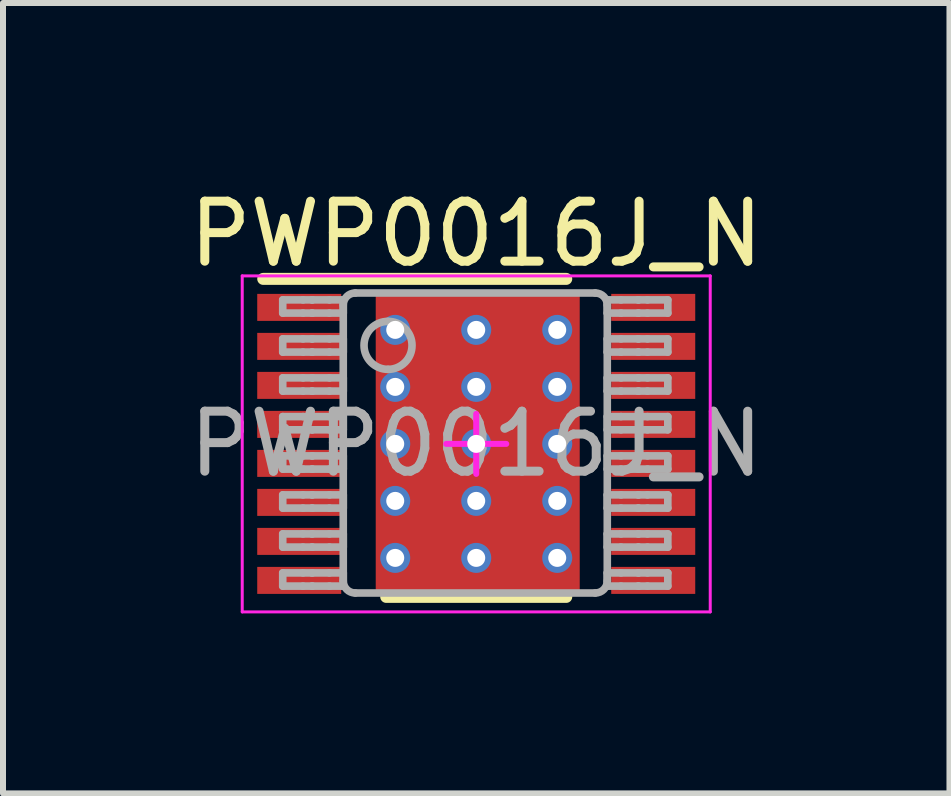
<source format=kicad_pcb>
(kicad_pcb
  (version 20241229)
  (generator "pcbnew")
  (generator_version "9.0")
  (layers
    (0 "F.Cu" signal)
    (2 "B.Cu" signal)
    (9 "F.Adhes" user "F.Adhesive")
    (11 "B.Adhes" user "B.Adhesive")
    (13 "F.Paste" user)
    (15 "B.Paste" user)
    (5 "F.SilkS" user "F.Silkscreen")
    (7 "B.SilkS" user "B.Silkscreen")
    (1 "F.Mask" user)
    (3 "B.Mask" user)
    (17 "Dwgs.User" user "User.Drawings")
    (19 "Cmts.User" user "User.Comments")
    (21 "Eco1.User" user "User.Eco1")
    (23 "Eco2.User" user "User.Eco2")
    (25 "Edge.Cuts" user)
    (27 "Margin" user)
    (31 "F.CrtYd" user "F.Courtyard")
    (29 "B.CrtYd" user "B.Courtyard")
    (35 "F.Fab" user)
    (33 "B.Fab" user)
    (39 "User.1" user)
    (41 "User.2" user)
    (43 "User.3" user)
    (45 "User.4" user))
  (footprint "PWP0016J_N"
    (layer "F.Cu")
    (at 4.887 4.348)
    (property "Reference" "PWP0016J_N" (at 0 -3.5 0) (unlocked yes) (layer "F.SilkS") (effects (font (size 1 1) (thickness 0.15))))
    (attr smd)
    (fp_poly (pts (xy -1.23 1.726) (xy -1.23 -1.726) (xy -1.229 -1.735) (xy -1.226 -1.745) (xy -1.222 -1.753) (xy -1.216 -1.761) (xy -1.208 -1.767) (xy -1.2 -1.771) (xy -1.19 -1.774) (xy -1.181 -1.775) (xy 1.181 -1.775) (xy 1.19 -1.774) (xy 1.2 -1.771) (xy 1.208 -1.767) (xy 1.216 -1.761) (xy 1.222 -1.753) (xy 1.226 -1.745) (xy 1.229 -1.735) (xy 1.23 -1.726) (xy 1.23 1.726) (xy 1.229 1.735) (xy 1.226 1.745) (xy 1.222 1.753) (xy 1.216 1.761) (xy 1.208 1.767) (xy 1.2 1.771) (xy 1.19 1.774) (xy 1.181 1.775) (xy -1.181 1.775) (xy -1.19 1.774) (xy -1.2 1.771) (xy -1.208 1.767) (xy -1.216 1.761) (xy -1.222 1.753) (xy -1.226 1.745) (xy -1.229 1.735)) (stroke (width 0) (type solid)) (fill yes) (layer "F.Mask"))
    (fp_line (start -3.55 -2.75) (end 1.5 -2.75) (stroke (width 0.2) (type solid)) (layer "F.SilkS"))
    (fp_line (start -1.5 2.55) (end 1.5 2.55) (stroke (width 0.2) (type solid)) (layer "F.SilkS"))
    (fp_poly (pts (xy -1.23 1.726) (xy -1.23 -1.726) (xy -1.229 -1.735) (xy -1.226 -1.745) (xy -1.222 -1.753) (xy -1.216 -1.761) (xy -1.208 -1.767) (xy -1.2 -1.771) (xy -1.19 -1.774) (xy -1.181 -1.775) (xy 1.181 -1.775) (xy 1.19 -1.774) (xy 1.2 -1.771) (xy 1.208 -1.767) (xy 1.216 -1.761) (xy 1.222 -1.753) (xy 1.226 -1.745) (xy 1.229 -1.735) (xy 1.23 -1.726) (xy 1.23 1.726) (xy 1.229 1.735) (xy 1.226 1.745) (xy 1.222 1.753) (xy 1.216 1.761) (xy 1.208 1.767) (xy 1.2 1.771) (xy 1.19 1.774) (xy 1.181 1.775) (xy -1.181 1.775) (xy -1.19 1.774) (xy -1.2 1.771) (xy -1.208 1.767) (xy -1.216 1.761) (xy -1.222 1.753) (xy -1.226 1.745) (xy -1.229 1.735)) (stroke (width 0) (type solid)) (fill yes) (layer "F.Paste"))
    (fp_line (start -3.9 -2.8) (end 3.9 -2.8) (stroke (width 0.05) (type solid)) (layer "F.CrtYd"))
    (fp_line (start -3.9 2.8) (end -3.9 -2.8) (stroke (width 0.05) (type solid)) (layer "F.CrtYd"))
    (fp_line (start -3.9 2.8) (end 3.9 2.8) (stroke (width 0.05) (type solid)) (layer "F.CrtYd"))
    (fp_line (start -0.5 0) (end 0.5 0) (stroke (width 0.1) (type solid)) (layer "F.CrtYd"))
    (fp_line (start -0.000003 0.5) (end -0.000003 -0.5) (stroke (width 0.1) (type solid)) (layer "F.CrtYd"))
    (fp_line (start 3.9 2.8) (end 3.9 -2.8) (stroke (width 0.05) (type solid)) (layer "F.CrtYd"))
    (fp_line (start -3.225 -2.4) (end -2.887 -2.4) (stroke (width 0.127) (type solid)) (layer "F.Fab"))
    (fp_line (start -3.225 -2.18) (end -3.225 -2.4) (stroke (width 0.127) (type solid)) (layer "F.Fab"))
    (fp_line (start -3.225 -2.18) (end -2.887 -2.18) (stroke (width 0.127) (type solid)) (layer "F.Fab"))
    (fp_line (start -3.225 -1.75) (end -2.887 -1.75) (stroke (width 0.127) (type solid)) (layer "F.Fab"))
    (fp_line (start -3.225 -1.53) (end -3.225 -1.75) (stroke (width 0.127) (type solid)) (layer "F.Fab"))
    (fp_line (start -3.225 -1.53) (end -2.887 -1.53) (stroke (width 0.127) (type solid)) (layer "F.Fab"))
    (fp_line (start -3.225 -1.1) (end -2.887 -1.1) (stroke (width 0.127) (type solid)) (layer "F.Fab"))
    (fp_line (start -3.225 -0.88) (end -3.225 -1.1) (stroke (width 0.127) (type solid)) (layer "F.Fab"))
    (fp_line (start -3.225 -0.88) (end -2.887 -0.88) (stroke (width 0.127) (type solid)) (layer "F.Fab"))
    (fp_line (start -3.225 -0.455) (end -2.887 -0.455) (stroke (width 0.127) (type solid)) (layer "F.Fab"))
    (fp_line (start -3.225 -0.235) (end -3.225 -0.455) (stroke (width 0.127) (type solid)) (layer "F.Fab"))
    (fp_line (start -3.225 -0.235) (end -2.887 -0.235) (stroke (width 0.127) (type solid)) (layer "F.Fab"))
    (fp_line (start -3.225 0.2) (end -2.887 0.2) (stroke (width 0.127) (type solid)) (layer "F.Fab"))
    (fp_line (start -3.225 0.42) (end -3.225 0.2) (stroke (width 0.127) (type solid)) (layer "F.Fab"))
    (fp_line (start -3.225 0.42) (end -2.887 0.42) (stroke (width 0.127) (type solid)) (layer "F.Fab"))
    (fp_line (start -3.225 0.85) (end -2.887 0.85) (stroke (width 0.127) (type solid)) (layer "F.Fab"))
    (fp_line (start -3.225 1.07) (end -3.225 0.85) (stroke (width 0.127) (type solid)) (layer "F.Fab"))
    (fp_line (start -3.225 1.07) (end -2.887 1.07) (stroke (width 0.127) (type solid)) (layer "F.Fab"))
    (fp_line (start -3.225 1.5) (end -2.887 1.5) (stroke (width 0.127) (type solid)) (layer "F.Fab"))
    (fp_line (start -3.225 1.72) (end -3.225 1.5) (stroke (width 0.127) (type solid)) (layer "F.Fab"))
    (fp_line (start -3.225 1.72) (end -2.887 1.72) (stroke (width 0.127) (type solid)) (layer "F.Fab"))
    (fp_line (start -3.225 2.15) (end -2.887 2.15) (stroke (width 0.127) (type solid)) (layer "F.Fab"))
    (fp_line (start -3.225 2.37) (end -3.225 2.15) (stroke (width 0.127) (type solid)) (layer "F.Fab"))
    (fp_line (start -3.225 2.37) (end -2.887 2.37) (stroke (width 0.127) (type solid)) (layer "F.Fab"))
    (fp_line (start -2.887 -2.4) (end -2.739 -2.4) (stroke (width 0.127) (type solid)) (layer "F.Fab"))
    (fp_line (start -2.887 -2.18) (end -2.739 -2.18) (stroke (width 0.127) (type solid)) (layer "F.Fab"))
    (fp_line (start -2.887 -1.75) (end -2.739 -1.75) (stroke (width 0.127) (type solid)) (layer "F.Fab"))
    (fp_line (start -2.887 -1.53) (end -2.739 -1.53) (stroke (width 0.127) (type solid)) (layer "F.Fab"))
    (fp_line (start -2.887 -1.1) (end -2.739 -1.1) (stroke (width 0.127) (type solid)) (layer "F.Fab"))
    (fp_line (start -2.887 -0.88) (end -2.739 -0.88) (stroke (width 0.127) (type solid)) (layer "F.Fab"))
    (fp_line (start -2.887 -0.455) (end -2.739 -0.455) (stroke (width 0.127) (type solid)) (layer "F.Fab"))
    (fp_line (start -2.887 -0.235) (end -2.739 -0.235) (stroke (width 0.127) (type solid)) (layer "F.Fab"))
    (fp_line (start -2.887 0.2) (end -2.739 0.2) (stroke (width 0.127) (type solid)) (layer "F.Fab"))
    (fp_line (start -2.887 0.42) (end -2.739 0.42) (stroke (width 0.127) (type solid)) (layer "F.Fab"))
    (fp_line (start -2.887 0.85) (end -2.739 0.85) (stroke (width 0.127) (type solid)) (layer "F.Fab"))
    (fp_line (start -2.887 1.07) (end -2.739 1.07) (stroke (width 0.127) (type solid)) (layer "F.Fab"))
    (fp_line (start -2.887 1.5) (end -2.739 1.5) (stroke (width 0.127) (type solid)) (layer "F.Fab"))
    (fp_line (start -2.887 1.72) (end -2.739 1.72) (stroke (width 0.127) (type solid)) (layer "F.Fab"))
    (fp_line (start -2.887 2.15) (end -2.739 2.15) (stroke (width 0.127) (type solid)) (layer "F.Fab"))
    (fp_line (start -2.887 2.37) (end -2.739 2.37) (stroke (width 0.127) (type solid)) (layer "F.Fab"))
    (fp_line (start -2.739 -2.4) (end -2.73 -2.4) (stroke (width 0.127) (type solid)) (layer "F.Fab"))
    (fp_line (start -2.739 -2.18) (end -2.73 -2.18) (stroke (width 0.127) (type solid)) (layer "F.Fab"))
    (fp_line (start -2.739 -1.75) (end -2.73 -1.75) (stroke (width 0.127) (type solid)) (layer "F.Fab"))
    (fp_line (start -2.739 -1.53) (end -2.73 -1.53) (stroke (width 0.127) (type solid)) (layer "F.Fab"))
    (fp_line (start -2.739 -1.1) (end -2.73 -1.1) (stroke (width 0.127) (type solid)) (layer "F.Fab"))
    (fp_line (start -2.739 -0.88) (end -2.73 -0.88) (stroke (width 0.127) (type solid)) (layer "F.Fab"))
    (fp_line (start -2.739 -0.455) (end -2.73 -0.455) (stroke (width 0.127) (type solid)) (layer "F.Fab"))
    (fp_line (start -2.739 -0.235) (end -2.73 -0.235) (stroke (width 0.127) (type solid)) (layer "F.Fab"))
    (fp_line (start -2.739 0.2) (end -2.73 0.2) (stroke (width 0.127) (type solid)) (layer "F.Fab"))
    (fp_line (start -2.739 0.42) (end -2.73 0.42) (stroke (width 0.127) (type solid)) (layer "F.Fab"))
    (fp_line (start -2.739 0.85) (end -2.73 0.85) (stroke (width 0.127) (type solid)) (layer "F.Fab"))
    (fp_line (start -2.739 1.07) (end -2.73 1.07) (stroke (width 0.127) (type solid)) (layer "F.Fab"))
    (fp_line (start -2.739 1.5) (end -2.73 1.5) (stroke (width 0.127) (type solid)) (layer "F.Fab"))
    (fp_line (start -2.739 1.72) (end -2.73 1.72) (stroke (width 0.127) (type solid)) (layer "F.Fab"))
    (fp_line (start -2.739 2.15) (end -2.73 2.15) (stroke (width 0.127) (type solid)) (layer "F.Fab"))
    (fp_line (start -2.739 2.37) (end -2.73 2.37) (stroke (width 0.127) (type solid)) (layer "F.Fab"))
    (fp_line (start -2.73 -2.4) (end -2.446 -2.4) (stroke (width 0.127) (type solid)) (layer "F.Fab"))
    (fp_line (start -2.73 -2.18) (end -2.446 -2.18) (stroke (width 0.127) (type solid)) (layer "F.Fab"))
    (fp_line (start -2.73 -1.75) (end -2.446 -1.75) (stroke (width 0.127) (type solid)) (layer "F.Fab"))
    (fp_line (start -2.73 -1.53) (end -2.446 -1.53) (stroke (width 0.127) (type solid)) (layer "F.Fab"))
    (fp_line (start -2.73 -1.1) (end -2.446 -1.1) (stroke (width 0.127) (type solid)) (layer "F.Fab"))
    (fp_line (start -2.73 -0.88) (end -2.446 -0.88) (stroke (width 0.127) (type solid)) (layer "F.Fab"))
    (fp_line (start -2.73 -0.455) (end -2.446 -0.455) (stroke (width 0.127) (type solid)) (layer "F.Fab"))
    (fp_line (start -2.73 -0.235) (end -2.446 -0.235) (stroke (width 0.127) (type solid)) (layer "F.Fab"))
    (fp_line (start -2.73 0.2) (end -2.446 0.2) (stroke (width 0.127) (type solid)) (layer "F.Fab"))
    (fp_line (start -2.73 0.42) (end -2.446 0.42) (stroke (width 0.127) (type solid)) (layer "F.Fab"))
    (fp_line (start -2.73 0.85) (end -2.446 0.85) (stroke (width 0.127) (type solid)) (layer "F.Fab"))
    (fp_line (start -2.73 1.07) (end -2.446 1.07) (stroke (width 0.127) (type solid)) (layer "F.Fab"))
    (fp_line (start -2.73 1.5) (end -2.446 1.5) (stroke (width 0.127) (type solid)) (layer "F.Fab"))
    (fp_line (start -2.73 1.72) (end -2.446 1.72) (stroke (width 0.127) (type solid)) (layer "F.Fab"))
    (fp_line (start -2.73 2.15) (end -2.446 2.15) (stroke (width 0.127) (type solid)) (layer "F.Fab"))
    (fp_line (start -2.73 2.37) (end -2.446 2.37) (stroke (width 0.127) (type solid)) (layer "F.Fab"))
    (fp_line (start -2.446 -2.4) (end -2.216 -2.4) (stroke (width 0.127) (type solid)) (layer "F.Fab"))
    (fp_line (start -2.446 -2.18) (end -2.216 -2.18) (stroke (width 0.127) (type solid)) (layer "F.Fab"))
    (fp_line (start -2.446 -1.75) (end -2.216 -1.75) (stroke (width 0.127) (type solid)) (layer "F.Fab"))
    (fp_line (start -2.446 -1.53) (end -2.216 -1.53) (stroke (width 0.127) (type solid)) (layer "F.Fab"))
    (fp_line (start -2.446 -1.1) (end -2.216 -1.1) (stroke (width 0.127) (type solid)) (layer "F.Fab"))
    (fp_line (start -2.446 -0.88) (end -2.216 -0.88) (stroke (width 0.127) (type solid)) (layer "F.Fab"))
    (fp_line (start -2.446 -0.455) (end -2.216 -0.455) (stroke (width 0.127) (type solid)) (layer "F.Fab"))
    (fp_line (start -2.446 -0.235) (end -2.216 -0.235) (stroke (width 0.127) (type solid)) (layer "F.Fab"))
    (fp_line (start -2.446 0.2) (end -2.216 0.2) (stroke (width 0.127) (type solid)) (layer "F.Fab"))
    (fp_line (start -2.446 0.42) (end -2.216 0.42) (stroke (width 0.127) (type solid)) (layer "F.Fab"))
    (fp_line (start -2.446 0.85) (end -2.216 0.85) (stroke (width 0.127) (type solid)) (layer "F.Fab"))
    (fp_line (start -2.446 1.07) (end -2.216 1.07) (stroke (width 0.127) (type solid)) (layer "F.Fab"))
    (fp_line (start -2.446 1.5) (end -2.216 1.5) (stroke (width 0.127) (type solid)) (layer "F.Fab"))
    (fp_line (start -2.446 1.72) (end -2.216 1.72) (stroke (width 0.127) (type solid)) (layer "F.Fab"))
    (fp_line (start -2.446 2.15) (end -2.216 2.15) (stroke (width 0.127) (type solid)) (layer "F.Fab"))
    (fp_line (start -2.446 2.37) (end -2.216 2.37) (stroke (width 0.127) (type solid)) (layer "F.Fab"))
    (fp_line (start -2.216 -2.18) (end -2.216 -2.4) (stroke (width 0.127) (type solid)) (layer "F.Fab"))
    (fp_line (start -2.216 -1.53) (end -2.216 -1.75) (stroke (width 0.127) (type solid)) (layer "F.Fab"))
    (fp_line (start -2.216 -0.88) (end -2.216 -1.1) (stroke (width 0.127) (type solid)) (layer "F.Fab"))
    (fp_line (start -2.216 -0.235) (end -2.216 -0.455) (stroke (width 0.127) (type solid)) (layer "F.Fab"))
    (fp_line (start -2.216 0.42) (end -2.216 0.2) (stroke (width 0.127) (type solid)) (layer "F.Fab"))
    (fp_line (start -2.216 1.07) (end -2.216 0.85) (stroke (width 0.127) (type solid)) (layer "F.Fab"))
    (fp_line (start -2.216 1.72) (end -2.216 1.5) (stroke (width 0.127) (type solid)) (layer "F.Fab"))
    (fp_line (start -2.216 2.285) (end -2.216 -2.315) (stroke (width 0.127) (type solid)) (layer "F.Fab"))
    (fp_line (start -2.216 2.37) (end -2.216 2.15) (stroke (width 0.127) (type solid)) (layer "F.Fab"))
    (fp_line (start -2.016 -2.515) (end 1.984 -2.515) (stroke (width 0.127) (type solid)) (layer "F.Fab"))
    (fp_line (start -2.016 2.485) (end 1.984 2.485) (stroke (width 0.127) (type solid)) (layer "F.Fab"))
    (fp_line (start 2.184 -2.4) (end 2.413 -2.4) (stroke (width 0.127) (type solid)) (layer "F.Fab"))
    (fp_line (start 2.184 -2.18) (end 2.184 -2.4) (stroke (width 0.127) (type solid)) (layer "F.Fab"))
    (fp_line (start 2.184 -2.18) (end 2.413 -2.18) (stroke (width 0.127) (type solid)) (layer "F.Fab"))
    (fp_line (start 2.184 -1.75) (end 2.413 -1.75) (stroke (width 0.127) (type solid)) (layer "F.Fab"))
    (fp_line (start 2.184 -1.53) (end 2.184 -1.75) (stroke (width 0.127) (type solid)) (layer "F.Fab"))
    (fp_line (start 2.184 -1.53) (end 2.413 -1.53) (stroke (width 0.127) (type solid)) (layer "F.Fab"))
    (fp_line (start 2.184 -1.1) (end 2.413 -1.1) (stroke (width 0.127) (type solid)) (layer "F.Fab"))
    (fp_line (start 2.184 -0.88) (end 2.184 -1.1) (stroke (width 0.127) (type solid)) (layer "F.Fab"))
    (fp_line (start 2.184 -0.88) (end 2.413 -0.88) (stroke (width 0.127) (type solid)) (layer "F.Fab"))
    (fp_line (start 2.184 -0.455) (end 2.413 -0.455) (stroke (width 0.127) (type solid)) (layer "F.Fab"))
    (fp_line (start 2.184 -0.235) (end 2.184 -0.455) (stroke (width 0.127) (type solid)) (layer "F.Fab"))
    (fp_line (start 2.184 -0.235) (end 2.413 -0.235) (stroke (width 0.127) (type solid)) (layer "F.Fab"))
    (fp_line (start 2.184 0.2) (end 2.413 0.2) (stroke (width 0.127) (type solid)) (layer "F.Fab"))
    (fp_line (start 2.184 0.42) (end 2.184 0.2) (stroke (width 0.127) (type solid)) (layer "F.Fab"))
    (fp_line (start 2.184 0.42) (end 2.413 0.42) (stroke (width 0.127) (type solid)) (layer "F.Fab"))
    (fp_line (start 2.184 0.85) (end 2.413 0.85) (stroke (width 0.127) (type solid)) (layer "F.Fab"))
    (fp_line (start 2.184 1.07) (end 2.184 0.85) (stroke (width 0.127) (type solid)) (layer "F.Fab"))
    (fp_line (start 2.184 1.07) (end 2.413 1.07) (stroke (width 0.127) (type solid)) (layer "F.Fab"))
    (fp_line (start 2.184 1.5) (end 2.413 1.5) (stroke (width 0.127) (type solid)) (layer "F.Fab"))
    (fp_line (start 2.184 1.72) (end 2.184 1.5) (stroke (width 0.127) (type solid)) (layer "F.Fab"))
    (fp_line (start 2.184 1.72) (end 2.413 1.72) (stroke (width 0.127) (type solid)) (layer "F.Fab"))
    (fp_line (start 2.184 2.15) (end 2.413 2.15) (stroke (width 0.127) (type solid)) (layer "F.Fab"))
    (fp_line (start 2.184 2.285) (end 2.184 -2.315) (stroke (width 0.127) (type solid)) (layer "F.Fab"))
    (fp_line (start 2.184 2.37) (end 2.184 2.15) (stroke (width 0.127) (type solid)) (layer "F.Fab"))
    (fp_line (start 2.184 2.37) (end 2.413 2.37) (stroke (width 0.127) (type solid)) (layer "F.Fab"))
    (fp_line (start 2.413 -2.4) (end 2.698 -2.4) (stroke (width 0.127) (type solid)) (layer "F.Fab"))
    (fp_line (start 2.413 -2.18) (end 2.698 -2.18) (stroke (width 0.127) (type solid)) (layer "F.Fab"))
    (fp_line (start 2.413 -1.75) (end 2.698 -1.75) (stroke (width 0.127) (type solid)) (layer "F.Fab"))
    (fp_line (start 2.413 -1.53) (end 2.698 -1.53) (stroke (width 0.127) (type solid)) (layer "F.Fab"))
    (fp_line (start 2.413 -1.1) (end 2.698 -1.1) (stroke (width 0.127) (type solid)) (layer "F.Fab"))
    (fp_line (start 2.413 -0.88) (end 2.698 -0.88) (stroke (width 0.127) (type solid)) (layer "F.Fab"))
    (fp_line (start 2.413 -0.455) (end 2.698 -0.455) (stroke (width 0.127) (type solid)) (layer "F.Fab"))
    (fp_line (start 2.413 -0.235) (end 2.698 -0.235) (stroke (width 0.127) (type solid)) (layer "F.Fab"))
    (fp_line (start 2.413 0.2) (end 2.698 0.2) (stroke (width 0.127) (type solid)) (layer "F.Fab"))
    (fp_line (start 2.413 0.42) (end 2.698 0.42) (stroke (width 0.127) (type solid)) (layer "F.Fab"))
    (fp_line (start 2.413 0.85) (end 2.698 0.85) (stroke (width 0.127) (type solid)) (layer "F.Fab"))
    (fp_line (start 2.413 1.07) (end 2.698 1.07) (stroke (width 0.127) (type solid)) (layer "F.Fab"))
    (fp_line (start 2.413 1.5) (end 2.698 1.5) (stroke (width 0.127) (type solid)) (layer "F.Fab"))
    (fp_line (start 2.413 1.72) (end 2.698 1.72) (stroke (width 0.127) (type solid)) (layer "F.Fab"))
    (fp_line (start 2.413 2.15) (end 2.698 2.15) (stroke (width 0.127) (type solid)) (layer "F.Fab"))
    (fp_line (start 2.413 2.37) (end 2.698 2.37) (stroke (width 0.127) (type solid)) (layer "F.Fab"))
    (fp_line (start 2.698 -2.4) (end 2.707 -2.4) (stroke (width 0.127) (type solid)) (layer "F.Fab"))
    (fp_line (start 2.698 -2.18) (end 2.707 -2.18) (stroke (width 0.127) (type solid)) (layer "F.Fab"))
    (fp_line (start 2.698 -1.75) (end 2.707 -1.75) (stroke (width 0.127) (type solid)) (layer "F.Fab"))
    (fp_line (start 2.698 -1.53) (end 2.707 -1.53) (stroke (width 0.127) (type solid)) (layer "F.Fab"))
    (fp_line (start 2.698 -1.1) (end 2.707 -1.1) (stroke (width 0.127) (type solid)) (layer "F.Fab"))
    (fp_line (start 2.698 -0.88) (end 2.707 -0.88) (stroke (width 0.127) (type solid)) (layer "F.Fab"))
    (fp_line (start 2.698 -0.455) (end 2.707 -0.455) (stroke (width 0.127) (type solid)) (layer "F.Fab"))
    (fp_line (start 2.698 -0.235) (end 2.707 -0.235) (stroke (width 0.127) (type solid)) (layer "F.Fab"))
    (fp_line (start 2.698 0.2) (end 2.707 0.2) (stroke (width 0.127) (type solid)) (layer "F.Fab"))
    (fp_line (start 2.698 0.42) (end 2.707 0.42) (stroke (width 0.127) (type solid)) (layer "F.Fab"))
    (fp_line (start 2.698 0.85) (end 2.707 0.85) (stroke (width 0.127) (type solid)) (layer "F.Fab"))
    (fp_line (start 2.698 1.07) (end 2.707 1.07) (stroke (width 0.127) (type solid)) (layer "F.Fab"))
    (fp_line (start 2.698 1.5) (end 2.707 1.5) (stroke (width 0.127) (type solid)) (layer "F.Fab"))
    (fp_line (start 2.698 1.72) (end 2.707 1.72) (stroke (width 0.127) (type solid)) (layer "F.Fab"))
    (fp_line (start 2.698 2.15) (end 2.707 2.15) (stroke (width 0.127) (type solid)) (layer "F.Fab"))
    (fp_line (start 2.698 2.37) (end 2.707 2.37) (stroke (width 0.127) (type solid)) (layer "F.Fab"))
    (fp_line (start 2.707 -2.4) (end 2.854 -2.4) (stroke (width 0.127) (type solid)) (layer "F.Fab"))
    (fp_line (start 2.707 -2.18) (end 2.854 -2.18) (stroke (width 0.127) (type solid)) (layer "F.Fab"))
    (fp_line (start 2.707 -1.75) (end 2.854 -1.75) (stroke (width 0.127) (type solid)) (layer "F.Fab"))
    (fp_line (start 2.707 -1.53) (end 2.854 -1.53) (stroke (width 0.127) (type solid)) (layer "F.Fab"))
    (fp_line (start 2.707 -1.1) (end 2.854 -1.1) (stroke (width 0.127) (type solid)) (layer "F.Fab"))
    (fp_line (start 2.707 -0.88) (end 2.854 -0.88) (stroke (width 0.127) (type solid)) (layer "F.Fab"))
    (fp_line (start 2.707 -0.455) (end 2.854 -0.455) (stroke (width 0.127) (type solid)) (layer "F.Fab"))
    (fp_line (start 2.707 -0.235) (end 2.854 -0.235) (stroke (width 0.127) (type solid)) (layer "F.Fab"))
    (fp_line (start 2.707 0.2) (end 2.854 0.2) (stroke (width 0.127) (type solid)) (layer "F.Fab"))
    (fp_line (start 2.707 0.42) (end 2.854 0.42) (stroke (width 0.127) (type solid)) (layer "F.Fab"))
    (fp_line (start 2.707 0.85) (end 2.854 0.85) (stroke (width 0.127) (type solid)) (layer "F.Fab"))
    (fp_line (start 2.707 1.07) (end 2.854 1.07) (stroke (width 0.127) (type solid)) (layer "F.Fab"))
    (fp_line (start 2.707 1.5) (end 2.854 1.5) (stroke (width 0.127) (type solid)) (layer "F.Fab"))
    (fp_line (start 2.707 1.72) (end 2.854 1.72) (stroke (width 0.127) (type solid)) (layer "F.Fab"))
    (fp_line (start 2.707 2.15) (end 2.854 2.15) (stroke (width 0.127) (type solid)) (layer "F.Fab"))
    (fp_line (start 2.707 2.37) (end 2.854 2.37) (stroke (width 0.127) (type solid)) (layer "F.Fab"))
    (fp_line (start 2.854 -2.4) (end 3.193 -2.4) (stroke (width 0.127) (type solid)) (layer "F.Fab"))
    (fp_line (start 2.854 -2.18) (end 3.193 -2.18) (stroke (width 0.127) (type solid)) (layer "F.Fab"))
    (fp_line (start 2.854 -1.75) (end 3.193 -1.75) (stroke (width 0.127) (type solid)) (layer "F.Fab"))
    (fp_line (start 2.854 -1.53) (end 3.193 -1.53) (stroke (width 0.127) (type solid)) (layer "F.Fab"))
    (fp_line (start 2.854 -1.1) (end 3.193 -1.1) (stroke (width 0.127) (type solid)) (layer "F.Fab"))
    (fp_line (start 2.854 -0.88) (end 3.193 -0.88) (stroke (width 0.127) (type solid)) (layer "F.Fab"))
    (fp_line (start 2.854 -0.455) (end 3.193 -0.455) (stroke (width 0.127) (type solid)) (layer "F.Fab"))
    (fp_line (start 2.854 -0.235) (end 3.193 -0.235) (stroke (width 0.127) (type solid)) (layer "F.Fab"))
    (fp_line (start 2.854 0.2) (end 3.193 0.2) (stroke (width 0.127) (type solid)) (layer "F.Fab"))
    (fp_line (start 2.854 0.42) (end 3.193 0.42) (stroke (width 0.127) (type solid)) (layer "F.Fab"))
    (fp_line (start 2.854 0.85) (end 3.193 0.85) (stroke (width 0.127) (type solid)) (layer "F.Fab"))
    (fp_line (start 2.854 1.07) (end 3.193 1.07) (stroke (width 0.127) (type solid)) (layer "F.Fab"))
    (fp_line (start 2.854 1.5) (end 3.193 1.5) (stroke (width 0.127) (type solid)) (layer "F.Fab"))
    (fp_line (start 2.854 1.72) (end 3.193 1.72) (stroke (width 0.127) (type solid)) (layer "F.Fab"))
    (fp_line (start 2.854 2.15) (end 3.193 2.15) (stroke (width 0.127) (type solid)) (layer "F.Fab"))
    (fp_line (start 2.854 2.37) (end 3.193 2.37) (stroke (width 0.127) (type solid)) (layer "F.Fab"))
    (fp_line (start 3.193 -2.18) (end 3.193 -2.4) (stroke (width 0.127) (type solid)) (layer "F.Fab"))
    (fp_line (start 3.193 -1.53) (end 3.193 -1.75) (stroke (width 0.127) (type solid)) (layer "F.Fab"))
    (fp_line (start 3.193 -0.88) (end 3.193 -1.1) (stroke (width 0.127) (type solid)) (layer "F.Fab"))
    (fp_line (start 3.193 -0.235) (end 3.193 -0.455) (stroke (width 0.127) (type solid)) (layer "F.Fab"))
    (fp_line (start 3.193 0.42) (end 3.193 0.2) (stroke (width 0.127) (type solid)) (layer "F.Fab"))
    (fp_line (start 3.193 1.07) (end 3.193 0.85) (stroke (width 0.127) (type solid)) (layer "F.Fab"))
    (fp_line (start 3.193 1.72) (end 3.193 1.5) (stroke (width 0.127) (type solid)) (layer "F.Fab"))
    (fp_line (start 3.193 2.37) (end 3.193 2.15) (stroke (width 0.127) (type solid)) (layer "F.Fab"))
    (fp_arc (start -2.216137 -2.314986) (mid -2.157559 -2.456407) (end -2.016138 -2.514986) (stroke (width 0.127) (type solid)) (layer "F.Fab"))
    (fp_arc (start -2.016137 2.485004) (mid -2.157559 2.426426) (end -2.216137 2.285004) (stroke (width 0.127) (type solid)) (layer "F.Fab"))
    (fp_arc (start -1.470139 -2.041987) (mid -1.07014 -1.641988) (end -1.470139 -1.241989) (stroke (width 0.127) (type solid)) (layer "F.Fab"))
    (fp_arc (start -1.470139 -1.241989) (mid -1.870139 -1.641988) (end -1.470139 -2.041987) (stroke (width 0.127) (type solid)) (layer "F.Fab"))
    (fp_arc (start 1.983854 -2.514986) (mid 2.125275 -2.456408) (end 2.183854 -2.314986) (stroke (width 0.127) (type solid)) (layer "F.Fab"))
    (fp_arc (start 2.183854 2.285004) (mid 2.125275 2.426425) (end 1.983854 2.485004) (stroke (width 0.127) (type solid)) (layer "F.Fab"))
    (fp_text user "${REFERENCE}" (at 0 0 0) (unlocked yes) (layer "F.Fab") (effects (font (size 1 1) (thickness 0.15))))
    (pad "1" smd rect (at -2.95 -2.275 90) (size 0.45 1.4) (layers "F.Cu" "F.Mask" "F.Paste"))
    (pad "2" smd rect (at -2.95 -1.625 90) (size 0.45 1.4) (layers "F.Cu" "F.Mask" "F.Paste"))
    (pad "3" smd rect (at -2.95 -0.975 90) (size 0.45 1.4) (layers "F.Cu" "F.Mask" "F.Paste"))
    (pad "4" smd rect (at -2.95 -0.325 90) (size 0.45 1.4) (layers "F.Cu" "F.Mask" "F.Paste"))
    (pad "5" smd rect (at -2.95 0.325 90) (size 0.45 1.4) (layers "F.Cu" "F.Mask" "F.Paste"))
    (pad "6" smd rect (at -2.95 0.975 90) (size 0.45 1.4) (layers "F.Cu" "F.Mask" "F.Paste"))
    (pad "7" smd rect (at -2.95 1.625 90) (size 0.45 1.4) (layers "F.Cu" "F.Mask" "F.Paste"))
    (pad "8" smd rect (at -2.95 2.275 90) (size 0.45 1.4) (layers "F.Cu" "F.Mask" "F.Paste"))
    (pad "9" smd rect (at 2.95 2.275 90) (size 0.45 1.4) (layers "F.Cu" "F.Mask" "F.Paste"))
    (pad "10" smd rect (at 2.95 1.625 90) (size 0.45 1.4) (layers "F.Cu" "F.Mask" "F.Paste"))
    (pad "11" smd rect (at 2.95 0.975 90) (size 0.45 1.4) (layers "F.Cu" "F.Mask" "F.Paste"))
    (pad "12" smd rect (at 2.95 0.325 90) (size 0.45 1.4) (layers "F.Cu" "F.Mask" "F.Paste"))
    (pad "13" smd rect (at 2.95 -0.325 90) (size 0.45 1.4) (layers "F.Cu" "F.Mask" "F.Paste"))
    (pad "14" smd rect (at 2.95 -0.975 90) (size 0.45 1.4) (layers "F.Cu" "F.Mask" "F.Paste"))
    (pad "15" smd rect (at 2.95 -1.625 90) (size 0.45 1.4) (layers "F.Cu" "F.Mask" "F.Paste"))
    (pad "16" smd rect (at 2.95 -2.275 90) (size 0.45 1.4) (layers "F.Cu" "F.Mask" "F.Paste"))
    (pad "17" thru_hole circle (at -1.35 -1.9) (size 0.5 0.5) (drill 0.3) (layers "*.Cu" "*.Mask"))
    (pad "17" thru_hole circle (at -1.35 -0.95) (size 0.5 0.5) (drill 0.3) (layers "*.Cu" "*.Mask"))
    (pad "17" thru_hole circle (at -1.35 0) (size 0.5 0.5) (drill 0.3) (layers "*.Cu" "*.Mask"))
    (pad "17" thru_hole circle (at -1.35 0.95) (size 0.5 0.5) (drill 0.3) (layers "*.Cu" "*.Mask"))
    (pad "17" thru_hole circle (at -1.35 1.9) (size 0.5 0.5) (drill 0.3) (layers "*.Cu" "*.Mask"))
    (pad "17" thru_hole circle (at 0 -1.9) (size 0.5 0.5) (drill 0.3) (layers "*.Cu" "*.Mask"))
    (pad "17" thru_hole circle (at 0 -0.95) (size 0.5 0.5) (drill 0.3) (layers "*.Cu" "*.Mask"))
    (pad "17" thru_hole circle (at 0 0) (size 0.5 0.5) (drill 0.3) (layers "*.Cu" "*.Mask"))
    (pad "17" thru_hole circle (at 0 0.95) (size 0.5 0.5) (drill 0.3) (layers "*.Cu" "*.Mask"))
    (pad "17" thru_hole circle (at 0 1.9) (size 0.5 0.5) (drill 0.3) (layers "*.Cu" "*.Mask"))
    (pad "17" smd rect (at 0.025 0) (size 3.4 5) (layers "F.Cu" "F.Mask" "F.Paste"))
    (pad "17" thru_hole circle (at 1.35 -1.9) (size 0.5 0.5) (drill 0.3) (layers "*.Cu" "*.Mask"))
    (pad "17" thru_hole circle (at 1.35 -0.95) (size 0.5 0.5) (drill 0.3) (layers "*.Cu" "*.Mask"))
    (pad "17" thru_hole circle (at 1.35 0) (size 0.5 0.5) (drill 0.3) (layers "*.Cu" "*.Mask"))
    (pad "17" thru_hole circle (at 1.35 0.95) (size 0.5 0.5) (drill 0.3) (layers "*.Cu" "*.Mask"))
    (pad "17" thru_hole circle (at 1.35 1.9) (size 0.5 0.5) (drill 0.3) (layers "*.Cu" "*.Mask")))
  (gr_rect
    (start -3 -3)
    (end 12.774 10.173)
    (stroke (width 0.1) (type default))
    (fill no)
    (layer "Edge.Cuts")))
</source>
